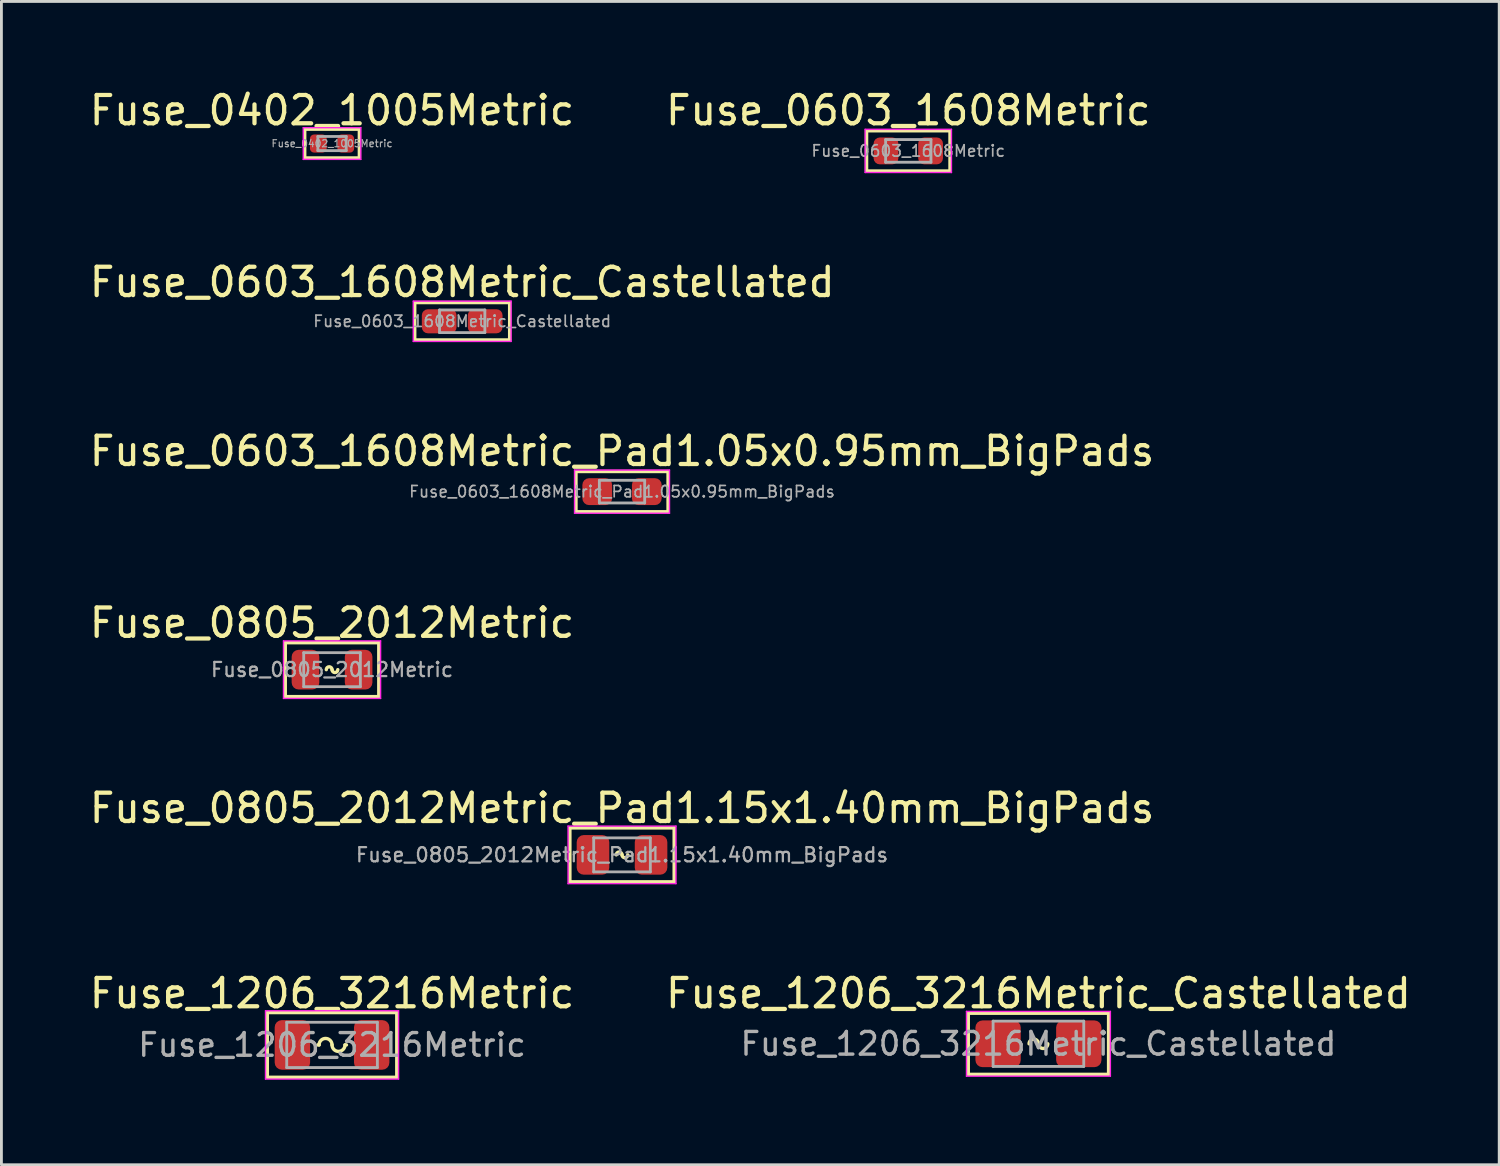
<source format=kicad_pcb>
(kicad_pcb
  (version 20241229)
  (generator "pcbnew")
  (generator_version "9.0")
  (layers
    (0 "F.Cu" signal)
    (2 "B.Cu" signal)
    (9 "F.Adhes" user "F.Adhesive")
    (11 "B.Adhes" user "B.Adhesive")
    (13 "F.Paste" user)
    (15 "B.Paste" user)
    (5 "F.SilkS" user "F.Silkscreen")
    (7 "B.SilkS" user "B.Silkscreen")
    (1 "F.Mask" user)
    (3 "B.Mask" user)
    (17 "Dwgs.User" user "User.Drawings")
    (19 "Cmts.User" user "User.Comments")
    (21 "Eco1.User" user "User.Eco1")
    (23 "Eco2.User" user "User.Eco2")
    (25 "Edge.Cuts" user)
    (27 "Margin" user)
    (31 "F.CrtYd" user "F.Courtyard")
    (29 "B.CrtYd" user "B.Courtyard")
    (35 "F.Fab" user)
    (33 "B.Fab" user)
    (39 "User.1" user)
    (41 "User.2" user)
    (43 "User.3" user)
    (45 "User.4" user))
  (footprint "Fuse_0603_1608Metric"
    (layer "F.Cu")
    (at 29.018 2.278)
    (property "Reference" "Fuse_0603_1608Metric" (at 0 -1.43 0) (layer "F.SilkS") (effects (font (size 1 1) (thickness 0.15))))
    (attr smd)
    (fp_line (start -1.473 -0.711) (end 1.473 -0.711) (stroke (width 0.12) (type solid)) (layer "F.SilkS"))
    (fp_line (start -1.473 0.711) (end -1.473 -0.711) (stroke (width 0.12) (type solid)) (layer "F.SilkS"))
    (fp_line (start 1.473 -0.711) (end 1.473 0.711) (stroke (width 0.12) (type solid)) (layer "F.SilkS"))
    (fp_line (start 1.473 0.711) (end -1.473 0.711) (stroke (width 0.12) (type solid)) (layer "F.SilkS"))
    (fp_line (start -1.524 -0.762) (end 1.524 -0.762) (stroke (width 0.05) (type solid)) (layer "F.CrtYd"))
    (fp_line (start -1.524 0.762) (end -1.524 -0.762) (stroke (width 0.05) (type solid)) (layer "F.CrtYd"))
    (fp_line (start 1.524 -0.762) (end 1.524 0.762) (stroke (width 0.05) (type solid)) (layer "F.CrtYd"))
    (fp_line (start 1.524 0.762) (end -1.524 0.762) (stroke (width 0.05) (type solid)) (layer "F.CrtYd"))
    (fp_line (start -0.8 -0.4) (end 0.8 -0.4) (stroke (width 0.1) (type solid)) (layer "F.Fab"))
    (fp_line (start -0.8 0.4) (end -0.8 -0.4) (stroke (width 0.1) (type solid)) (layer "F.Fab"))
    (fp_line (start 0.8 -0.4) (end 0.8 0.4) (stroke (width 0.1) (type solid)) (layer "F.Fab"))
    (fp_line (start 0.8 0.4) (end -0.8 0.4) (stroke (width 0.1) (type solid)) (layer "F.Fab"))
    (fp_text user "${REFERENCE}" (at 0 0 0) (layer "F.Fab") (effects (font (size 0.4 0.4) (thickness 0.06))))
    (pad "1" smd roundrect (at -0.787 0) (size 0.875 0.95) (layers "F.Cu" "F.Mask" "F.Paste") (roundrect_rratio 0.25))
    (pad "2" smd roundrect (at 0.787 0) (size 0.875 0.95) (layers "F.Cu" "F.Mask" "F.Paste") (roundrect_rratio 0.25)))
  (footprint "Fuse_0805_2012Metric"
    (layer "F.Cu")
    (at 8.673 20.593)
    (property "Reference" "Fuse_0805_2012Metric" (at 0 -1.65 0) (layer "F.SilkS") (effects (font (size 1 1) (thickness 0.15))))
    (attr smd)
    (fp_line (start -1.651 -0.953) (end 1.651 -0.953) (stroke (width 0.12) (type solid)) (layer "F.SilkS"))
    (fp_line (start -1.651 0.953) (end -1.651 -0.953) (stroke (width 0.12) (type solid)) (layer "F.SilkS"))
    (fp_line (start 1.651 -0.953) (end 1.651 0.953) (stroke (width 0.12) (type solid)) (layer "F.SilkS"))
    (fp_line (start 1.651 0.953) (end -1.651 0.953) (stroke (width 0.12) (type solid)) (layer "F.SilkS"))
    (fp_arc (start -0.2032 0) (mid -0.1016 -0.1016) (end 0 0) (stroke (width 0.12) (type solid)) (layer "F.SilkS"))
    (fp_arc (start 0.2032 0) (mid 0.1016 0.1016) (end 0 0) (stroke (width 0.12) (type solid)) (layer "F.SilkS"))
    (fp_line (start -1.714 -1.016) (end 1.714 -1.016) (stroke (width 0.05) (type solid)) (layer "F.CrtYd"))
    (fp_line (start -1.714 1.016) (end -1.714 -1.016) (stroke (width 0.05) (type solid)) (layer "F.CrtYd"))
    (fp_line (start 1.714 -1.016) (end 1.714 1.016) (stroke (width 0.05) (type solid)) (layer "F.CrtYd"))
    (fp_line (start 1.714 1.016) (end -1.714 1.016) (stroke (width 0.05) (type solid)) (layer "F.CrtYd"))
    (fp_line (start -1 -0.6) (end 1 -0.6) (stroke (width 0.1) (type solid)) (layer "F.Fab"))
    (fp_line (start -1 0.6) (end -1 -0.6) (stroke (width 0.1) (type solid)) (layer "F.Fab"))
    (fp_line (start 1 -0.6) (end 1 0.6) (stroke (width 0.1) (type solid)) (layer "F.Fab"))
    (fp_line (start 1 0.6) (end -1 0.6) (stroke (width 0.1) (type solid)) (layer "F.Fab"))
    (fp_text user "${REFERENCE}" (at 0 0 0) (layer "F.Fab") (effects (font (size 0.5 0.5) (thickness 0.08))))
    (pad "1" smd roundrect (at -0.938 0) (size 0.975 1.4) (layers "F.Cu" "F.Mask" "F.Paste") (roundrect_rratio 0.25))
    (pad "2" smd roundrect (at 0.938 0) (size 0.975 1.4) (layers "F.Cu" "F.Mask" "F.Paste") (roundrect_rratio 0.25)))
  (footprint "Fuse_0805_2012Metric_Pad1.15x1.40mm_BigPads"
    (layer "F.Cu")
    (at 18.911 27.132)
    (property "Reference" "Fuse_0805_2012Metric_Pad1.15x1.40mm_BigPads" (at 0 -1.65 0) (layer "F.SilkS") (effects (font (size 1 1) (thickness 0.15))))
    (attr smd)
    (fp_line (start -1.841 -0.953) (end 1.841 -0.953) (stroke (width 0.12) (type solid)) (layer "F.SilkS"))
    (fp_line (start -1.841 0.953) (end -1.841 -0.953) (stroke (width 0.12) (type solid)) (layer "F.SilkS"))
    (fp_line (start 1.841 -0.953) (end 1.841 0.953) (stroke (width 0.12) (type solid)) (layer "F.SilkS"))
    (fp_line (start 1.841 0.953) (end -1.841 0.953) (stroke (width 0.12) (type solid)) (layer "F.SilkS"))
    (fp_arc (start -0.2032 0) (mid -0.1016 -0.1016) (end 0 0) (stroke (width 0.12) (type solid)) (layer "F.SilkS"))
    (fp_arc (start 0.2032 0) (mid 0.1016 0.1016) (end 0 0) (stroke (width 0.12) (type solid)) (layer "F.SilkS"))
    (fp_line (start -1.905 -1.016) (end 1.905 -1.016) (stroke (width 0.05) (type solid)) (layer "F.CrtYd"))
    (fp_line (start -1.905 1.016) (end -1.905 -1.016) (stroke (width 0.05) (type solid)) (layer "F.CrtYd"))
    (fp_line (start 1.905 -1.016) (end 1.905 1.016) (stroke (width 0.05) (type solid)) (layer "F.CrtYd"))
    (fp_line (start 1.905 1.016) (end -1.905 1.016) (stroke (width 0.05) (type solid)) (layer "F.CrtYd"))
    (fp_line (start -1 -0.6) (end 1 -0.6) (stroke (width 0.1) (type solid)) (layer "F.Fab"))
    (fp_line (start -1 0.6) (end -1 -0.6) (stroke (width 0.1) (type solid)) (layer "F.Fab"))
    (fp_line (start 1 -0.6) (end 1 0.6) (stroke (width 0.1) (type solid)) (layer "F.Fab"))
    (fp_line (start 1 0.6) (end -1 0.6) (stroke (width 0.1) (type solid)) (layer "F.Fab"))
    (fp_text user "${REFERENCE}" (at 0 0 0) (layer "F.Fab") (effects (font (size 0.5 0.5) (thickness 0.08))))
    (pad "1" smd roundrect (at -1.025 0) (size 1.15 1.4) (layers "F.Cu" "F.Mask" "F.Paste") (roundrect_rratio 0.217))
    (pad "2" smd roundrect (at 1.025 0) (size 1.15 1.4) (layers "F.Cu" "F.Mask" "F.Paste") (roundrect_rratio 0.217)))
  (footprint "Fuse_0603_1608Metric_Pad1.05x0.95mm_BigPads"
    (layer "F.Cu")
    (at 18.911 14.308)
    (property "Reference" "Fuse_0603_1608Metric_Pad1.05x0.95mm_BigPads" (at 0 -1.43 0) (layer "F.SilkS") (effects (font (size 1 1) (thickness 0.15))))
    (attr smd)
    (fp_line (start -1.626 -0.711) (end 1.626 -0.711) (stroke (width 0.12) (type solid)) (layer "F.SilkS"))
    (fp_line (start -1.626 0.711) (end -1.626 -0.711) (stroke (width 0.12) (type solid)) (layer "F.SilkS"))
    (fp_line (start 1.626 -0.711) (end 1.626 0.711) (stroke (width 0.12) (type solid)) (layer "F.SilkS"))
    (fp_line (start 1.626 0.711) (end -1.626 0.711) (stroke (width 0.12) (type solid)) (layer "F.SilkS"))
    (fp_line (start -1.676 -0.762) (end 1.676 -0.762) (stroke (width 0.05) (type solid)) (layer "F.CrtYd"))
    (fp_line (start -1.676 0.762) (end -1.676 -0.762) (stroke (width 0.05) (type solid)) (layer "F.CrtYd"))
    (fp_line (start 1.676 -0.762) (end 1.676 0.762) (stroke (width 0.05) (type solid)) (layer "F.CrtYd"))
    (fp_line (start 1.676 0.762) (end -1.676 0.762) (stroke (width 0.05) (type solid)) (layer "F.CrtYd"))
    (fp_line (start -0.8 -0.4) (end 0.8 -0.4) (stroke (width 0.1) (type solid)) (layer "F.Fab"))
    (fp_line (start -0.8 0.4) (end -0.8 -0.4) (stroke (width 0.1) (type solid)) (layer "F.Fab"))
    (fp_line (start 0.8 -0.4) (end 0.8 0.4) (stroke (width 0.1) (type solid)) (layer "F.Fab"))
    (fp_line (start 0.8 0.4) (end -0.8 0.4) (stroke (width 0.1) (type solid)) (layer "F.Fab"))
    (fp_text user "${REFERENCE}" (at 0 0 0) (layer "F.Fab") (effects (font (size 0.4 0.4) (thickness 0.06))))
    (pad "1" smd roundrect (at -0.875 0) (size 1.05 0.95) (layers "F.Cu" "F.Mask" "F.Paste") (roundrect_rratio 0.25))
    (pad "2" smd roundrect (at 0.875 0) (size 1.05 0.95) (layers "F.Cu" "F.Mask" "F.Paste") (roundrect_rratio 0.25)))
  (footprint "Fuse_1206_3216Metric_Castellated"
    (layer "F.Cu")
    (at 33.613 33.802)
    (property "Reference" "Fuse_1206_3216Metric_Castellated" (at 0 -1.78 0) (layer "F.SilkS") (effects (font (size 1 1) (thickness 0.15))))
    (attr smd)
    (fp_line (start -2.477 -1.079) (end 2.477 -1.079) (stroke (width 0.12) (type solid)) (layer "F.SilkS"))
    (fp_line (start -2.477 1.079) (end -2.477 -1.079) (stroke (width 0.12) (type solid)) (layer "F.SilkS"))
    (fp_line (start 2.477 -1.079) (end 2.477 1.079) (stroke (width 0.12) (type solid)) (layer "F.SilkS"))
    (fp_line (start 2.477 1.079) (end -2.477 1.079) (stroke (width 0.12) (type solid)) (layer "F.SilkS"))
    (fp_arc (start -0.3302 0) (mid -0.1651 -0.1651) (end 0 0) (stroke (width 0.12) (type solid)) (layer "F.SilkS"))
    (fp_arc (start 0.3302 0) (mid 0.1651 0.1651) (end 0 0) (stroke (width 0.12) (type solid)) (layer "F.SilkS"))
    (fp_line (start -2.54 -1.143) (end 2.54 -1.143) (stroke (width 0.05) (type solid)) (layer "F.CrtYd"))
    (fp_line (start -2.54 1.143) (end -2.54 -1.143) (stroke (width 0.05) (type solid)) (layer "F.CrtYd"))
    (fp_line (start 2.54 -1.143) (end 2.54 1.143) (stroke (width 0.05) (type solid)) (layer "F.CrtYd"))
    (fp_line (start 2.54 1.143) (end -2.54 1.143) (stroke (width 0.05) (type solid)) (layer "F.CrtYd"))
    (fp_line (start -1.6 -0.8) (end 1.6 -0.8) (stroke (width 0.1) (type solid)) (layer "F.Fab"))
    (fp_line (start -1.6 0.8) (end -1.6 -0.8) (stroke (width 0.1) (type solid)) (layer "F.Fab"))
    (fp_line (start 1.6 -0.8) (end 1.6 0.8) (stroke (width 0.1) (type solid)) (layer "F.Fab"))
    (fp_line (start 1.6 0.8) (end -1.6 0.8) (stroke (width 0.1) (type solid)) (layer "F.Fab"))
    (fp_text user "${REFERENCE}" (at 0 0 0) (layer "F.Fab") (effects (font (size 0.8 0.8) (thickness 0.12))))
    (pad "1" smd roundrect (at -1.425 0) (size 1.6 1.65) (layers "F.Cu" "F.Mask" "F.Paste") (roundrect_rratio 0.156))
    (pad "2" smd roundrect (at 1.425 0) (size 1.6 1.65) (layers "F.Cu" "F.Mask" "F.Paste") (roundrect_rratio 0.156)))
  (footprint "Fuse_1206_3216Metric"
    (layer "F.Cu")
    (at 8.673 33.842)
    (property "Reference" "Fuse_1206_3216Metric" (at 0 -1.82 0) (layer "F.SilkS") (effects (font (size 1 1) (thickness 0.15))))
    (attr smd)
    (fp_line (start -2.286 -1.143) (end 2.286 -1.143) (stroke (width 0.12) (type solid)) (layer "F.SilkS"))
    (fp_line (start -2.286 1.143) (end -2.286 -1.143) (stroke (width 0.12) (type solid)) (layer "F.SilkS"))
    (fp_line (start -0.457 0) (end -0.508 0) (stroke (width 0.12) (type solid)) (layer "F.SilkS"))
    (fp_line (start 0.457 0) (end 0.508 0) (stroke (width 0.12) (type solid)) (layer "F.SilkS"))
    (fp_line (start 2.286 -1.143) (end 2.286 1.143) (stroke (width 0.12) (type solid)) (layer "F.SilkS"))
    (fp_line (start 2.286 1.143) (end -2.286 1.143) (stroke (width 0.12) (type solid)) (layer "F.SilkS"))
    (fp_arc (start -0.4572 0) (mid -0.2286 -0.2286) (end 0 0) (stroke (width 0.12) (type solid)) (layer "F.SilkS"))
    (fp_arc (start 0.4572 0) (mid 0.2286 0.2286) (end 0 0) (stroke (width 0.12) (type solid)) (layer "F.SilkS"))
    (fp_line (start -2.349 -1.206) (end 2.349 -1.206) (stroke (width 0.05) (type solid)) (layer "F.CrtYd"))
    (fp_line (start -2.349 1.206) (end -2.349 -1.206) (stroke (width 0.05) (type solid)) (layer "F.CrtYd"))
    (fp_line (start 2.349 -1.206) (end 2.349 1.206) (stroke (width 0.05) (type solid)) (layer "F.CrtYd"))
    (fp_line (start 2.349 1.206) (end -2.349 1.206) (stroke (width 0.05) (type solid)) (layer "F.CrtYd"))
    (fp_line (start -1.6 -0.8) (end 1.6 -0.8) (stroke (width 0.1) (type solid)) (layer "F.Fab"))
    (fp_line (start -1.6 0.8) (end -1.6 -0.8) (stroke (width 0.1) (type solid)) (layer "F.Fab"))
    (fp_line (start 1.6 -0.8) (end 1.6 0.8) (stroke (width 0.1) (type solid)) (layer "F.Fab"))
    (fp_line (start 1.6 0.8) (end -1.6 0.8) (stroke (width 0.1) (type solid)) (layer "F.Fab"))
    (fp_text user "${REFERENCE}" (at 0 0 0) (layer "F.Fab") (effects (font (size 0.8 0.8) (thickness 0.12))))
    (pad "1" smd roundrect (at -1.4 0) (size 1.25 1.75) (layers "F.Cu" "F.Mask" "F.Paste") (roundrect_rratio 0.2))
    (pad "2" smd roundrect (at 1.4 0) (size 1.25 1.75) (layers "F.Cu" "F.Mask" "F.Paste") (roundrect_rratio 0.2)))
  (footprint "Fuse_0402_1005Metric"
    (layer "F.Cu")
    (at 8.673 2.018)
    (property "Reference" "Fuse_0402_1005Metric" (at 0 -1.17 0) (layer "F.SilkS") (effects (font (size 1 1) (thickness 0.15))))
    (attr smd)
    (fp_line (start -0.965 -0.508) (end 0.965 -0.508) (stroke (width 0.12) (type solid)) (layer "F.SilkS"))
    (fp_line (start -0.965 0.508) (end -0.965 -0.508) (stroke (width 0.12) (type solid)) (layer "F.SilkS"))
    (fp_line (start 0.965 -0.508) (end 0.965 0.508) (stroke (width 0.12) (type solid)) (layer "F.SilkS"))
    (fp_line (start 0.965 0.508) (end -0.965 0.508) (stroke (width 0.12) (type solid)) (layer "F.SilkS"))
    (fp_line (start -1.016 -0.559) (end 1.016 -0.559) (stroke (width 0.05) (type solid)) (layer "F.CrtYd"))
    (fp_line (start -1.016 0.559) (end -1.016 -0.559) (stroke (width 0.05) (type solid)) (layer "F.CrtYd"))
    (fp_line (start 1.016 -0.559) (end 1.016 0.559) (stroke (width 0.05) (type solid)) (layer "F.CrtYd"))
    (fp_line (start 1.016 0.559) (end -1.016 0.559) (stroke (width 0.05) (type solid)) (layer "F.CrtYd"))
    (fp_line (start -0.5 -0.25) (end 0.5 -0.25) (stroke (width 0.1) (type solid)) (layer "F.Fab"))
    (fp_line (start -0.5 0.25) (end -0.5 -0.25) (stroke (width 0.1) (type solid)) (layer "F.Fab"))
    (fp_line (start 0.5 -0.25) (end 0.5 0.25) (stroke (width 0.1) (type solid)) (layer "F.Fab"))
    (fp_line (start 0.5 0.25) (end -0.5 0.25) (stroke (width 0.1) (type solid)) (layer "F.Fab"))
    (fp_text user "${REFERENCE}" (at 0 0 0) (layer "F.Fab") (effects (font (size 0.25 0.25) (thickness 0.04))))
    (pad "1" smd roundrect (at -0.485 0) (size 0.59 0.64) (layers "F.Cu" "F.Mask" "F.Paste") (roundrect_rratio 0.25))
    (pad "2" smd roundrect (at 0.485 0) (size 0.59 0.64) (layers "F.Cu" "F.Mask" "F.Paste") (roundrect_rratio 0.25)))
  (footprint "Fuse_0603_1608Metric_Castellated"
    (layer "F.Cu")
    (at 13.268 8.293)
    (property "Reference" "Fuse_0603_1608Metric_Castellated" (at 0 -1.38 0) (layer "F.SilkS") (effects (font (size 1 1) (thickness 0.15))))
    (attr smd)
    (fp_line (start -1.676 -0.66) (end 1.676 -0.66) (stroke (width 0.12) (type solid)) (layer "F.SilkS"))
    (fp_line (start -1.676 0.66) (end -1.676 -0.66) (stroke (width 0.12) (type solid)) (layer "F.SilkS"))
    (fp_line (start 1.676 -0.66) (end 1.676 0.66) (stroke (width 0.12) (type solid)) (layer "F.SilkS"))
    (fp_line (start 1.676 0.66) (end -1.676 0.66) (stroke (width 0.12) (type solid)) (layer "F.SilkS"))
    (fp_line (start -1.727 -0.711) (end 1.727 -0.711) (stroke (width 0.05) (type solid)) (layer "F.CrtYd"))
    (fp_line (start -1.727 0.711) (end -1.727 -0.711) (stroke (width 0.05) (type solid)) (layer "F.CrtYd"))
    (fp_line (start 1.727 -0.711) (end 1.727 0.711) (stroke (width 0.05) (type solid)) (layer "F.CrtYd"))
    (fp_line (start 1.727 0.711) (end -1.727 0.711) (stroke (width 0.05) (type solid)) (layer "F.CrtYd"))
    (fp_line (start -0.8 -0.4) (end 0.8 -0.4) (stroke (width 0.1) (type solid)) (layer "F.Fab"))
    (fp_line (start -0.8 0.4) (end -0.8 -0.4) (stroke (width 0.1) (type solid)) (layer "F.Fab"))
    (fp_line (start 0.8 -0.4) (end 0.8 0.4) (stroke (width 0.1) (type solid)) (layer "F.Fab"))
    (fp_line (start 0.8 0.4) (end -0.8 0.4) (stroke (width 0.1) (type solid)) (layer "F.Fab"))
    (fp_text user "${REFERENCE}" (at 0 0 0) (layer "F.Fab") (effects (font (size 0.4 0.4) (thickness 0.06))))
    (pad "1" smd roundrect (at -0.812 0) (size 1.225 0.85) (layers "F.Cu" "F.Mask" "F.Paste") (roundrect_rratio 0.25))
    (pad "2" smd roundrect (at 0.812 0) (size 1.225 0.85) (layers "F.Cu" "F.Mask" "F.Paste") (roundrect_rratio 0.25)))
  (gr_rect
    (start -3 -3)
    (end 49.881 38.073)
    (stroke (width 0.1) (type default))
    (fill no)
    (layer "Edge.Cuts")))
</source>
